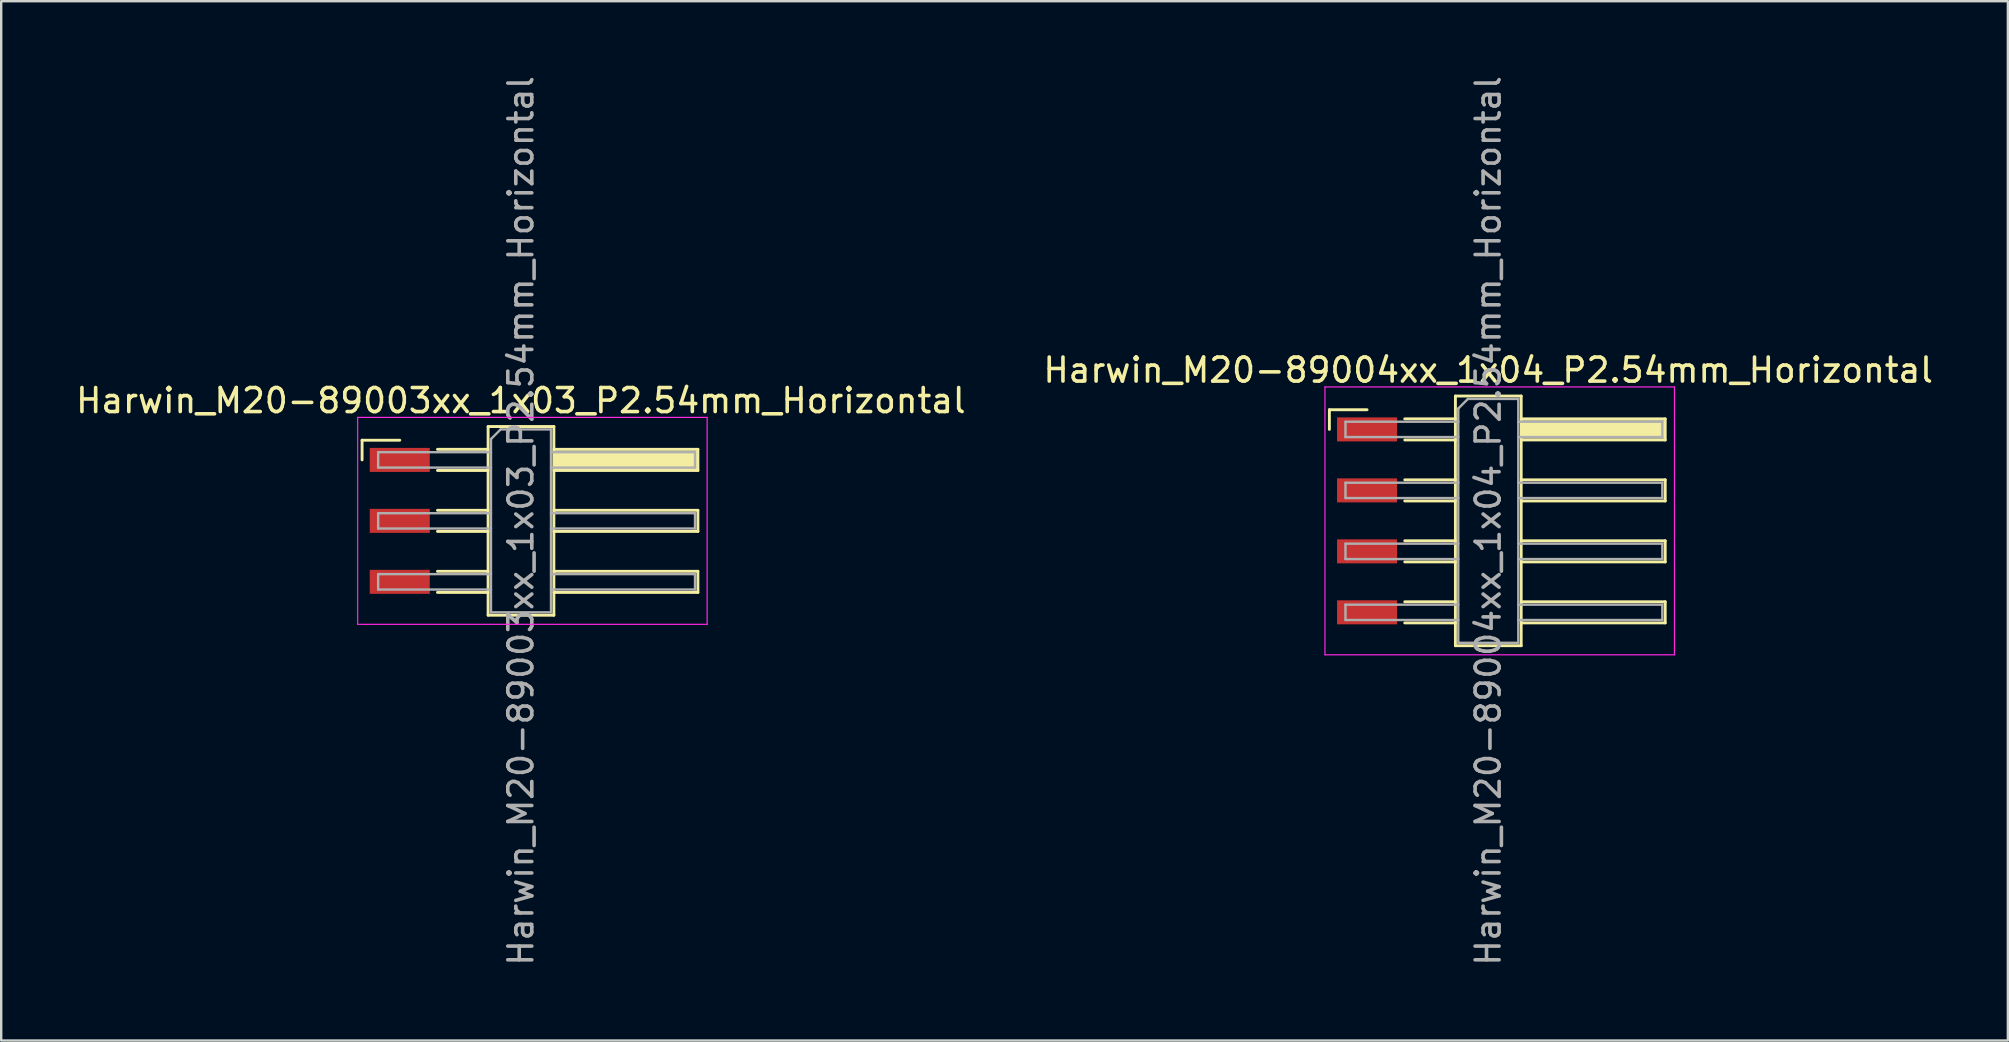
<source format=kicad_pcb>
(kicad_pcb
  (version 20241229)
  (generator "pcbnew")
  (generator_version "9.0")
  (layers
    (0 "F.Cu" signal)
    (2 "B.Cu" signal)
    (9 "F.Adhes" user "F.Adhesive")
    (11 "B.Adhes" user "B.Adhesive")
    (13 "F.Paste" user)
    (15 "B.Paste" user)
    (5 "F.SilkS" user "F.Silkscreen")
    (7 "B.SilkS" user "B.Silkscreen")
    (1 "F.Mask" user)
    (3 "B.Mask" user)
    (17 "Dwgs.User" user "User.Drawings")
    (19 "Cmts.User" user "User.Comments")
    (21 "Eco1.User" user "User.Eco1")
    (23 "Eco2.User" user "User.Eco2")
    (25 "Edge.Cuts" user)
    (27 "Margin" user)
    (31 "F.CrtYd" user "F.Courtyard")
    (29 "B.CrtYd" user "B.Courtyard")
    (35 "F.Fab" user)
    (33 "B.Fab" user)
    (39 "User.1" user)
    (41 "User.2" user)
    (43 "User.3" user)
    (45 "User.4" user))
  (footprint "Harwin_M20-89004xx_1x04_P2.54mm_Horizontal"
    (layer "F.Cu")
    (at 59.426 18.649)
    (property "Reference" "Harwin_M20-89004xx_1x04_P2.54mm_Horizontal" (at -0.48 -6.28 0) (layer "F.SilkS") (effects (font (size 1 1) (thickness 0.15))))
    (attr smd)
    (fp_line (start -7.095 -4.63) (end -5.525 -4.63) (stroke (width 0.12) (type solid)) (layer "F.SilkS"))
    (fp_line (start -7.095 -3.81) (end -7.095 -4.63) (stroke (width 0.12) (type solid)) (layer "F.SilkS"))
    (fp_line (start -3.955 -4.25) (end -1.845 -4.25) (stroke (width 0.12) (type solid)) (layer "F.SilkS"))
    (fp_line (start -3.955 -3.37) (end -1.845 -3.37) (stroke (width 0.12) (type solid)) (layer "F.SilkS"))
    (fp_line (start -3.955 -1.71) (end -1.845 -1.71) (stroke (width 0.12) (type solid)) (layer "F.SilkS"))
    (fp_line (start -3.955 -0.83) (end -1.845 -0.83) (stroke (width 0.12) (type solid)) (layer "F.SilkS"))
    (fp_line (start -3.955 0.83) (end -1.845 0.83) (stroke (width 0.12) (type solid)) (layer "F.SilkS"))
    (fp_line (start -3.955 1.71) (end -1.845 1.71) (stroke (width 0.12) (type solid)) (layer "F.SilkS"))
    (fp_line (start -3.955 3.37) (end -1.845 3.37) (stroke (width 0.12) (type solid)) (layer "F.SilkS"))
    (fp_line (start -3.955 4.25) (end -1.845 4.25) (stroke (width 0.12) (type solid)) (layer "F.SilkS"))
    (fp_line (start -1.845 -5.2) (end 0.895 -5.2) (stroke (width 0.12) (type solid)) (layer "F.SilkS"))
    (fp_line (start -1.845 5.2) (end -1.845 -5.2) (stroke (width 0.12) (type solid)) (layer "F.SilkS"))
    (fp_line (start 0.895 -5.2) (end 0.895 5.2) (stroke (width 0.12) (type solid)) (layer "F.SilkS"))
    (fp_line (start 0.895 -4.25) (end 6.895 -4.25) (stroke (width 0.12) (type solid)) (layer "F.SilkS"))
    (fp_line (start 0.895 -1.71) (end 6.895 -1.71) (stroke (width 0.12) (type solid)) (layer "F.SilkS"))
    (fp_line (start 0.895 0.83) (end 6.895 0.83) (stroke (width 0.12) (type solid)) (layer "F.SilkS"))
    (fp_line (start 0.895 3.37) (end 6.895 3.37) (stroke (width 0.12) (type solid)) (layer "F.SilkS"))
    (fp_line (start 0.895 5.2) (end -1.845 5.2) (stroke (width 0.12) (type solid)) (layer "F.SilkS"))
    (fp_line (start 6.895 -4.25) (end 6.895 -3.37) (stroke (width 0.12) (type solid)) (layer "F.SilkS"))
    (fp_line (start 6.895 -3.37) (end 0.895 -3.37) (stroke (width 0.12) (type solid)) (layer "F.SilkS"))
    (fp_line (start 6.895 -1.71) (end 6.895 -0.83) (stroke (width 0.12) (type solid)) (layer "F.SilkS"))
    (fp_line (start 6.895 -0.83) (end 0.895 -0.83) (stroke (width 0.12) (type solid)) (layer "F.SilkS"))
    (fp_line (start 6.895 0.83) (end 6.895 1.71) (stroke (width 0.12) (type solid)) (layer "F.SilkS"))
    (fp_line (start 6.895 1.71) (end 0.895 1.71) (stroke (width 0.12) (type solid)) (layer "F.SilkS"))
    (fp_line (start 6.895 3.37) (end 6.895 4.25) (stroke (width 0.12) (type solid)) (layer "F.SilkS"))
    (fp_line (start 6.895 4.25) (end 0.895 4.25) (stroke (width 0.12) (type solid)) (layer "F.SilkS"))
    (fp_line (start -7.28 -5.58) (end 7.28 -5.58) (stroke (width 0.05) (type solid)) (layer "F.CrtYd"))
    (fp_line (start -7.28 5.58) (end -7.28 -5.58) (stroke (width 0.05) (type solid)) (layer "F.CrtYd"))
    (fp_line (start 7.28 -5.58) (end 7.28 5.58) (stroke (width 0.05) (type solid)) (layer "F.CrtYd"))
    (fp_line (start 7.28 5.58) (end -7.28 5.58) (stroke (width 0.05) (type solid)) (layer "F.CrtYd"))
    (fp_line (start -6.425 -4.13) (end -6.425 -3.49) (stroke (width 0.1) (type solid)) (layer "F.Fab"))
    (fp_line (start -6.425 -3.49) (end -1.725 -3.49) (stroke (width 0.1) (type solid)) (layer "F.Fab"))
    (fp_line (start -6.425 -1.59) (end -6.425 -0.95) (stroke (width 0.1) (type solid)) (layer "F.Fab"))
    (fp_line (start -6.425 -0.95) (end -1.725 -0.95) (stroke (width 0.1) (type solid)) (layer "F.Fab"))
    (fp_line (start -6.425 0.95) (end -6.425 1.59) (stroke (width 0.1) (type solid)) (layer "F.Fab"))
    (fp_line (start -6.425 1.59) (end -1.725 1.59) (stroke (width 0.1) (type solid)) (layer "F.Fab"))
    (fp_line (start -6.425 3.49) (end -6.425 4.13) (stroke (width 0.1) (type solid)) (layer "F.Fab"))
    (fp_line (start -6.425 4.13) (end -1.725 4.13) (stroke (width 0.1) (type solid)) (layer "F.Fab"))
    (fp_line (start -1.725 -4.68) (end -1.325 -5.08) (stroke (width 0.1) (type solid)) (layer "F.Fab"))
    (fp_line (start -1.725 -4.13) (end -6.425 -4.13) (stroke (width 0.1) (type solid)) (layer "F.Fab"))
    (fp_line (start -1.725 -1.59) (end -6.425 -1.59) (stroke (width 0.1) (type solid)) (layer "F.Fab"))
    (fp_line (start -1.725 0.95) (end -6.425 0.95) (stroke (width 0.1) (type solid)) (layer "F.Fab"))
    (fp_line (start -1.725 3.49) (end -6.425 3.49) (stroke (width 0.1) (type solid)) (layer "F.Fab"))
    (fp_line (start -1.725 5.08) (end -1.725 -4.68) (stroke (width 0.1) (type solid)) (layer "F.Fab"))
    (fp_line (start -1.325 -5.08) (end 0.775 -5.08) (stroke (width 0.1) (type solid)) (layer "F.Fab"))
    (fp_line (start 0.775 -5.08) (end 0.775 5.08) (stroke (width 0.1) (type solid)) (layer "F.Fab"))
    (fp_line (start 0.775 -4.13) (end 6.775 -4.13) (stroke (width 0.1) (type solid)) (layer "F.Fab"))
    (fp_line (start 0.775 -1.59) (end 6.775 -1.59) (stroke (width 0.1) (type solid)) (layer "F.Fab"))
    (fp_line (start 0.775 0.95) (end 6.775 0.95) (stroke (width 0.1) (type solid)) (layer "F.Fab"))
    (fp_line (start 0.775 3.49) (end 6.775 3.49) (stroke (width 0.1) (type solid)) (layer "F.Fab"))
    (fp_line (start 0.775 5.08) (end -1.725 5.08) (stroke (width 0.1) (type solid)) (layer "F.Fab"))
    (fp_line (start 6.775 -4.13) (end 6.775 -3.49) (stroke (width 0.1) (type solid)) (layer "F.Fab"))
    (fp_line (start 6.775 -3.49) (end 0.775 -3.49) (stroke (width 0.1) (type solid)) (layer "F.Fab"))
    (fp_line (start 6.775 -1.59) (end 6.775 -0.95) (stroke (width 0.1) (type solid)) (layer "F.Fab"))
    (fp_line (start 6.775 -0.95) (end 0.775 -0.95) (stroke (width 0.1) (type solid)) (layer "F.Fab"))
    (fp_line (start 6.775 0.95) (end 6.775 1.59) (stroke (width 0.1) (type solid)) (layer "F.Fab"))
    (fp_line (start 6.775 1.59) (end 0.775 1.59) (stroke (width 0.1) (type solid)) (layer "F.Fab"))
    (fp_line (start 6.775 3.49) (end 6.775 4.13) (stroke (width 0.1) (type solid)) (layer "F.Fab"))
    (fp_line (start 6.775 4.13) (end 0.775 4.13) (stroke (width 0.1) (type solid)) (layer "F.Fab"))
    (fp_text user "${REFERENCE}" (at -0.48 0 90) (layer "F.Fab") (effects (font (size 1 1) (thickness 0.15))))
    (pad "" smd rect (at 3.895 -3.81) (size 6 0.76) (layers "F.SilkS"))
    (pad "1" smd rect (at -5.525 -3.81) (size 2.5 1) (layers "F.Cu" "F.Mask" "F.Paste"))
    (pad "2" smd rect (at -5.525 -1.27) (size 2.5 1) (layers "F.Cu" "F.Mask" "F.Paste"))
    (pad "3" smd rect (at -5.525 1.27) (size 2.5 1) (layers "F.Cu" "F.Mask" "F.Paste"))
    (pad "4" smd rect (at -5.525 3.81) (size 2.5 1) (layers "F.Cu" "F.Mask" "F.Paste")))
  (footprint "Harwin_M20-89003xx_1x03_P2.54mm_Horizontal"
    (layer "F.Cu")
    (at 19.129 18.649)
    (property "Reference" "Harwin_M20-89003xx_1x03_P2.54mm_Horizontal" (at -0.48 -5.01 0) (layer "F.SilkS") (effects (font (size 1 1) (thickness 0.15))))
    (attr smd)
    (fp_line (start -7.095 -3.36) (end -5.525 -3.36) (stroke (width 0.12) (type solid)) (layer "F.SilkS"))
    (fp_line (start -7.095 -2.54) (end -7.095 -3.36) (stroke (width 0.12) (type solid)) (layer "F.SilkS"))
    (fp_line (start -3.955 -2.98) (end -1.845 -2.98) (stroke (width 0.12) (type solid)) (layer "F.SilkS"))
    (fp_line (start -3.955 -2.1) (end -1.845 -2.1) (stroke (width 0.12) (type solid)) (layer "F.SilkS"))
    (fp_line (start -3.955 -0.44) (end -1.845 -0.44) (stroke (width 0.12) (type solid)) (layer "F.SilkS"))
    (fp_line (start -3.955 0.44) (end -1.845 0.44) (stroke (width 0.12) (type solid)) (layer "F.SilkS"))
    (fp_line (start -3.955 2.1) (end -1.845 2.1) (stroke (width 0.12) (type solid)) (layer "F.SilkS"))
    (fp_line (start -3.955 2.98) (end -1.845 2.98) (stroke (width 0.12) (type solid)) (layer "F.SilkS"))
    (fp_line (start -1.845 -3.93) (end 0.895 -3.93) (stroke (width 0.12) (type solid)) (layer "F.SilkS"))
    (fp_line (start -1.845 3.93) (end -1.845 -3.93) (stroke (width 0.12) (type solid)) (layer "F.SilkS"))
    (fp_line (start 0.895 -3.93) (end 0.895 3.93) (stroke (width 0.12) (type solid)) (layer "F.SilkS"))
    (fp_line (start 0.895 -2.98) (end 6.895 -2.98) (stroke (width 0.12) (type solid)) (layer "F.SilkS"))
    (fp_line (start 0.895 -0.44) (end 6.895 -0.44) (stroke (width 0.12) (type solid)) (layer "F.SilkS"))
    (fp_line (start 0.895 2.1) (end 6.895 2.1) (stroke (width 0.12) (type solid)) (layer "F.SilkS"))
    (fp_line (start 0.895 3.93) (end -1.845 3.93) (stroke (width 0.12) (type solid)) (layer "F.SilkS"))
    (fp_line (start 6.895 -2.98) (end 6.895 -2.1) (stroke (width 0.12) (type solid)) (layer "F.SilkS"))
    (fp_line (start 6.895 -2.1) (end 0.895 -2.1) (stroke (width 0.12) (type solid)) (layer "F.SilkS"))
    (fp_line (start 6.895 -0.44) (end 6.895 0.44) (stroke (width 0.12) (type solid)) (layer "F.SilkS"))
    (fp_line (start 6.895 0.44) (end 0.895 0.44) (stroke (width 0.12) (type solid)) (layer "F.SilkS"))
    (fp_line (start 6.895 2.1) (end 6.895 2.98) (stroke (width 0.12) (type solid)) (layer "F.SilkS"))
    (fp_line (start 6.895 2.98) (end 0.895 2.98) (stroke (width 0.12) (type solid)) (layer "F.SilkS"))
    (fp_line (start -7.28 -4.31) (end 7.28 -4.31) (stroke (width 0.05) (type solid)) (layer "F.CrtYd"))
    (fp_line (start -7.28 4.31) (end -7.28 -4.31) (stroke (width 0.05) (type solid)) (layer "F.CrtYd"))
    (fp_line (start 7.28 -4.31) (end 7.28 4.31) (stroke (width 0.05) (type solid)) (layer "F.CrtYd"))
    (fp_line (start 7.28 4.31) (end -7.28 4.31) (stroke (width 0.05) (type solid)) (layer "F.CrtYd"))
    (fp_line (start -6.425 -2.86) (end -6.425 -2.22) (stroke (width 0.1) (type solid)) (layer "F.Fab"))
    (fp_line (start -6.425 -2.22) (end -1.725 -2.22) (stroke (width 0.1) (type solid)) (layer "F.Fab"))
    (fp_line (start -6.425 -0.32) (end -6.425 0.32) (stroke (width 0.1) (type solid)) (layer "F.Fab"))
    (fp_line (start -6.425 0.32) (end -1.725 0.32) (stroke (width 0.1) (type solid)) (layer "F.Fab"))
    (fp_line (start -6.425 2.22) (end -6.425 2.86) (stroke (width 0.1) (type solid)) (layer "F.Fab"))
    (fp_line (start -6.425 2.86) (end -1.725 2.86) (stroke (width 0.1) (type solid)) (layer "F.Fab"))
    (fp_line (start -1.725 -3.41) (end -1.325 -3.81) (stroke (width 0.1) (type solid)) (layer "F.Fab"))
    (fp_line (start -1.725 -2.86) (end -6.425 -2.86) (stroke (width 0.1) (type solid)) (layer "F.Fab"))
    (fp_line (start -1.725 -0.32) (end -6.425 -0.32) (stroke (width 0.1) (type solid)) (layer "F.Fab"))
    (fp_line (start -1.725 2.22) (end -6.425 2.22) (stroke (width 0.1) (type solid)) (layer "F.Fab"))
    (fp_line (start -1.725 3.81) (end -1.725 -3.41) (stroke (width 0.1) (type solid)) (layer "F.Fab"))
    (fp_line (start -1.325 -3.81) (end 0.775 -3.81) (stroke (width 0.1) (type solid)) (layer "F.Fab"))
    (fp_line (start 0.775 -3.81) (end 0.775 3.81) (stroke (width 0.1) (type solid)) (layer "F.Fab"))
    (fp_line (start 0.775 -2.86) (end 6.775 -2.86) (stroke (width 0.1) (type solid)) (layer "F.Fab"))
    (fp_line (start 0.775 -0.32) (end 6.775 -0.32) (stroke (width 0.1) (type solid)) (layer "F.Fab"))
    (fp_line (start 0.775 2.22) (end 6.775 2.22) (stroke (width 0.1) (type solid)) (layer "F.Fab"))
    (fp_line (start 0.775 3.81) (end -1.725 3.81) (stroke (width 0.1) (type solid)) (layer "F.Fab"))
    (fp_line (start 6.775 -2.86) (end 6.775 -2.22) (stroke (width 0.1) (type solid)) (layer "F.Fab"))
    (fp_line (start 6.775 -2.22) (end 0.775 -2.22) (stroke (width 0.1) (type solid)) (layer "F.Fab"))
    (fp_line (start 6.775 -0.32) (end 6.775 0.32) (stroke (width 0.1) (type solid)) (layer "F.Fab"))
    (fp_line (start 6.775 0.32) (end 0.775 0.32) (stroke (width 0.1) (type solid)) (layer "F.Fab"))
    (fp_line (start 6.775 2.22) (end 6.775 2.86) (stroke (width 0.1) (type solid)) (layer "F.Fab"))
    (fp_line (start 6.775 2.86) (end 0.775 2.86) (stroke (width 0.1) (type solid)) (layer "F.Fab"))
    (fp_text user "${REFERENCE}" (at -0.48 0 90) (layer "F.Fab") (effects (font (size 1 1) (thickness 0.15))))
    (pad "" smd rect (at 3.895 -2.54) (size 6 0.76) (layers "F.SilkS"))
    (pad "1" smd rect (at -5.525 -2.54) (size 2.5 1) (layers "F.Cu" "F.Mask" "F.Paste"))
    (pad "2" smd rect (at -5.525 0) (size 2.5 1) (layers "F.Cu" "F.Mask" "F.Paste"))
    (pad "3" smd rect (at -5.525 2.54) (size 2.5 1) (layers "F.Cu" "F.Mask" "F.Paste")))
  (gr_rect
    (start -3 -3)
    (end 80.595 40.298)
    (stroke (width 0.1) (type default))
    (fill no)
    (layer "Edge.Cuts")))
</source>
